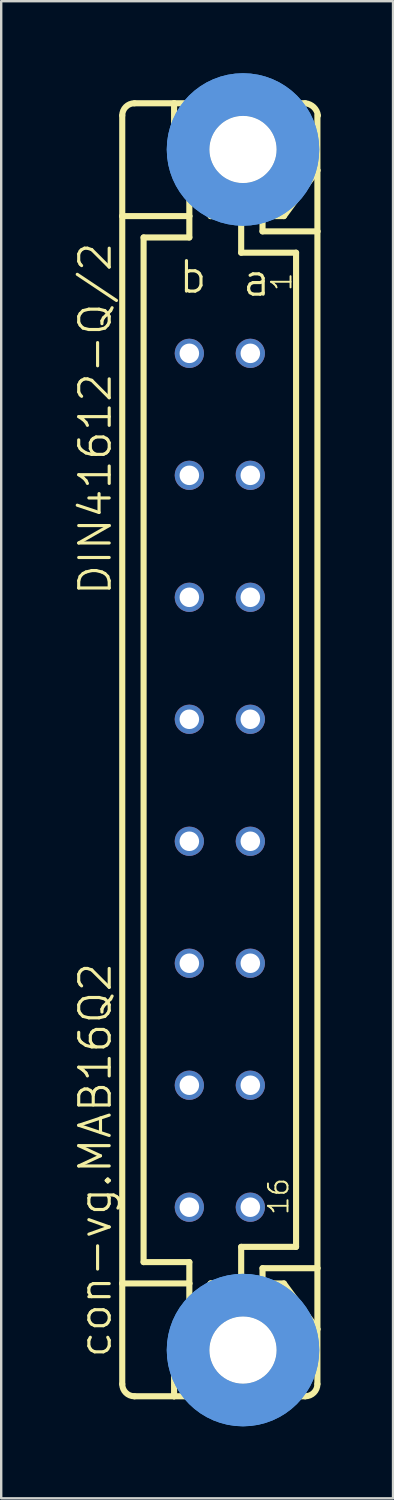
<source format=kicad_pcb>
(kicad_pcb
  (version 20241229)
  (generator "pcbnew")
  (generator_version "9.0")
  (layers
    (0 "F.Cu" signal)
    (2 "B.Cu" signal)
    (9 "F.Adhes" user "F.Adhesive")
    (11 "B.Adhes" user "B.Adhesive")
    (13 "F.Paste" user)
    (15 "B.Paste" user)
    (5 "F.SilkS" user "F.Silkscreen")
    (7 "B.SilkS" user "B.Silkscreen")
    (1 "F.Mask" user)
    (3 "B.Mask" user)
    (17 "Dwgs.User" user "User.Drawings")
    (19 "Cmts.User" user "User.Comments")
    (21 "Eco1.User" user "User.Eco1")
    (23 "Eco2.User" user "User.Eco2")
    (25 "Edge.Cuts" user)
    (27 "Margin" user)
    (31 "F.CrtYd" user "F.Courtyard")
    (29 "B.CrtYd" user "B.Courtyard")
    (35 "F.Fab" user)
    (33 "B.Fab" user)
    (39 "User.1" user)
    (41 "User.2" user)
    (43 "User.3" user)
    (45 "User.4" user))
  (footprint "con-vg.MAB16Q2"
    (layer "F.Cu")
    (at 6.105 28.175)
    (property "Reference" "con-vg.MAB16Q2" (at -4.445 25.4 90) (layer "F.SilkS") (effects (font (size 1.27 1.27) (thickness 0.13)) (justify left bottom)))
    (attr through_hole)
    (fp_line (start -4.064 -22.225) (end -4.064 -26.416) (stroke (width 0.254) (type default)) (layer "F.SilkS"))
    (fp_line (start -4.064 -22.225) (end -4.064 22.225) (stroke (width 0.254) (type default)) (layer "F.SilkS"))
    (fp_line (start -4.064 22.225) (end -4.064 26.416) (stroke (width 0.254) (type default)) (layer "F.SilkS"))
    (fp_line (start -3.556 26.924) (end -1.905 26.924) (stroke (width 0.254) (type default)) (layer "F.SilkS"))
    (fp_line (start -3.175 21.336) (end -3.175 -21.336) (stroke (width 0.254) (type default)) (layer "F.SilkS"))
    (fp_line (start -1.905 -26.924) (end -3.556 -26.924) (stroke (width 0.254) (type default)) (layer "F.SilkS"))
    (fp_line (start -1.905 -26.924) (end -1.905 -24.13) (stroke (width 0.254) (type default)) (layer "F.SilkS"))
    (fp_line (start -1.905 26.924) (end -1.905 24.13) (stroke (width 0.254) (type default)) (layer "F.SilkS"))
    (fp_line (start -1.905 26.924) (end 3.556 26.924) (stroke (width 0.254) (type default)) (layer "F.SilkS"))
    (fp_line (start -1.27 -22.225) (end -4.064 -22.225) (stroke (width 0.254) (type default)) (layer "F.SilkS"))
    (fp_line (start -1.27 -22.225) (end -1.27 -23.368) (stroke (width 0.254) (type default)) (layer "F.SilkS"))
    (fp_line (start -1.27 -22.225) (end -1.27 -21.336) (stroke (width 0.254) (type default)) (layer "F.SilkS"))
    (fp_line (start -1.27 -21.336) (end -3.175 -21.336) (stroke (width 0.254) (type default)) (layer "F.SilkS"))
    (fp_line (start -1.27 21.336) (end -3.175 21.336) (stroke (width 0.254) (type default)) (layer "F.SilkS"))
    (fp_line (start -1.27 22.225) (end -4.064 22.225) (stroke (width 0.254) (type default)) (layer "F.SilkS"))
    (fp_line (start -1.27 22.225) (end -1.27 21.336) (stroke (width 0.254) (type default)) (layer "F.SilkS"))
    (fp_line (start -1.27 22.225) (end -1.27 23.368) (stroke (width 0.254) (type default)) (layer "F.SilkS"))
    (fp_line (start -0.381 -22.225) (end -1.905 -24.13) (stroke (width 0.254) (type default)) (layer "F.SilkS"))
    (fp_line (start -0.381 -22.225) (end 0.889 -22.225) (stroke (width 0.254) (type default)) (layer "F.SilkS"))
    (fp_line (start -0.381 22.225) (end -1.905 24.13) (stroke (width 0.254) (type default)) (layer "F.SilkS"))
    (fp_line (start -0.381 22.225) (end 0.889 22.225) (stroke (width 0.254) (type default)) (layer "F.SilkS"))
    (fp_line (start 0.889 -22.225) (end 1.778 -22.225) (stroke (width 0.254) (type default)) (layer "F.SilkS"))
    (fp_line (start 0.889 -20.701) (end 0.889 -22.225) (stroke (width 0.254) (type default)) (layer "F.SilkS"))
    (fp_line (start 0.889 22.225) (end 0.889 20.701) (stroke (width 0.254) (type default)) (layer "F.SilkS"))
    (fp_line (start 0.889 22.225) (end 1.778 22.225) (stroke (width 0.254) (type default)) (layer "F.SilkS"))
    (fp_line (start 1.778 -22.225) (end 1.778 -21.59) (stroke (width 0.254) (type default)) (layer "F.SilkS"))
    (fp_line (start 1.778 -22.225) (end 2.667 -22.225) (stroke (width 0.254) (type default)) (layer "F.SilkS"))
    (fp_line (start 1.778 -21.59) (end 4.064 -21.59) (stroke (width 0.254) (type default)) (layer "F.SilkS"))
    (fp_line (start 1.778 21.59) (end 4.064 21.59) (stroke (width 0.254) (type default)) (layer "F.SilkS"))
    (fp_line (start 1.778 22.225) (end 1.778 21.59) (stroke (width 0.254) (type default)) (layer "F.SilkS"))
    (fp_line (start 1.778 22.225) (end 2.667 22.225) (stroke (width 0.254) (type default)) (layer "F.SilkS"))
    (fp_line (start 2.667 -22.225) (end 4.064 -24.13) (stroke (width 0.254) (type default)) (layer "F.SilkS"))
    (fp_line (start 2.667 22.225) (end 4.064 24.13) (stroke (width 0.254) (type default)) (layer "F.SilkS"))
    (fp_line (start 3.175 -20.701) (end 0.889 -20.701) (stroke (width 0.254) (type default)) (layer "F.SilkS"))
    (fp_line (start 3.175 20.701) (end 0.889 20.701) (stroke (width 0.254) (type default)) (layer "F.SilkS"))
    (fp_line (start 3.175 20.701) (end 3.175 -20.701) (stroke (width 0.254) (type default)) (layer "F.SilkS"))
    (fp_line (start 3.556 -26.924) (end -1.905 -26.924) (stroke (width 0.254) (type default)) (layer "F.SilkS"))
    (fp_line (start 4.064 -24.13) (end 4.064 -26.416) (stroke (width 0.254) (type default)) (layer "F.SilkS"))
    (fp_line (start 4.064 -24.13) (end 4.064 -21.59) (stroke (width 0.254) (type default)) (layer "F.SilkS"))
    (fp_line (start 4.064 -21.59) (end 4.064 21.59) (stroke (width 0.254) (type default)) (layer "F.SilkS"))
    (fp_line (start 4.064 21.59) (end 4.064 24.13) (stroke (width 0.254) (type default)) (layer "F.SilkS"))
    (fp_line (start 4.064 24.13) (end 4.064 26.416) (stroke (width 0.254) (type default)) (layer "F.SilkS"))
    (fp_arc (start -4.064 -26.416) (mid -3.91521 -26.77521) (end -3.556 -26.924) (stroke (width 0.254) (type default)) (layer "F.SilkS"))
    (fp_arc (start -3.556 26.924) (mid -3.91521 26.77521) (end -4.064 26.416) (stroke (width 0.254) (type default)) (layer "F.SilkS"))
    (fp_arc (start 3.556 -26.924) (mid 3.909437 -26.764315) (end 4.086 -26.419) (stroke (width 0.254) (type default)) (layer "F.SilkS"))
    (fp_arc (start 4.064 26.416) (mid 3.91521 26.77521) (end 3.556 26.924) (stroke (width 0.254) (type default)) (layer "F.SilkS"))
    (fp_circle (center 0.965 -25) (end 2.235 -25) (stroke (width 0.254) (type default)) (fill no) (layer "F.SilkS"))
    (fp_circle (center 0.965 25) (end 2.235 25) (stroke (width 0.254) (type default)) (fill no) (layer "F.SilkS"))
    (fp_circle (center 0.965 -25) (end 3.251 -25) (stroke (width 1.778) (type default)) (fill no) (layer "Cmts.User"))
    (fp_circle (center 0.965 -25) (end 3.251 -25) (stroke (width 1.778) (type default)) (fill no) (layer "Cmts.User"))
    (fp_circle (center 0.965 25) (end 3.251 25) (stroke (width 1.778) (type default)) (fill no) (layer "Cmts.User"))
    (fp_circle (center 0.965 25) (end 3.251 25) (stroke (width 1.778) (type default)) (fill no) (layer "Cmts.User"))
    (fp_text user "DIN41612-Q/2" (at -4.445 -6.35 90) (layer "F.SilkS") (effects (font (size 1.27 1.27) (thickness 0.13)) (justify left bottom)))
    (fp_text user "1" (at 3.048 -19.05 90) (layer "F.SilkS") (effects (font (size 0.813 0.813) (thickness 0.08)) (justify left bottom)))
    (fp_text user "a" (at 0.873 -18.812 0) (layer "F.SilkS") (effects (font (size 1.27 1.27) (thickness 0.13)) (justify left bottom)))
    (fp_text user "b" (at -1.778 -18.939 0) (layer "F.SilkS") (effects (font (size 1.27 1.27) (thickness 0.13)) (justify left bottom)))
    (fp_text user "16" (at 2.921 19.431 90) (layer "F.SilkS") (effects (font (size 0.813 0.813) (thickness 0.08)) (justify left bottom)))
    (pad "" np_thru_hole circle (at 0.965 -25) (size 2.794 2.794) (drill 2.794) (layers "*.Cu" "*.Mask"))
    (pad "" np_thru_hole circle (at 0.965 25) (size 2.794 2.794) (drill 2.794) (layers "*.Cu" "*.Mask"))
    (pad "A2" thru_hole circle (at 1.27 -16.51) (size 1.219 1.219) (drill 0.813) (layers "*.Cu" "*.Mask"))
    (pad "A4" thru_hole circle (at 1.27 -11.43) (size 1.219 1.219) (drill 0.813) (layers "*.Cu" "*.Mask"))
    (pad "A6" thru_hole circle (at 1.27 -6.35) (size 1.219 1.219) (drill 0.813) (layers "*.Cu" "*.Mask"))
    (pad "A8" thru_hole circle (at 1.27 -1.27) (size 1.219 1.219) (drill 0.813) (layers "*.Cu" "*.Mask"))
    (pad "A10" thru_hole circle (at 1.27 3.81) (size 1.219 1.219) (drill 0.813) (layers "*.Cu" "*.Mask"))
    (pad "A12" thru_hole circle (at 1.27 8.89) (size 1.219 1.219) (drill 0.813) (layers "*.Cu" "*.Mask"))
    (pad "A14" thru_hole circle (at 1.27 13.97) (size 1.219 1.219) (drill 0.813) (layers "*.Cu" "*.Mask"))
    (pad "A16" thru_hole circle (at 1.27 19.05) (size 1.219 1.219) (drill 0.813) (layers "*.Cu" "*.Mask"))
    (pad "B2" thru_hole circle (at -1.27 -16.51) (size 1.219 1.219) (drill 0.813) (layers "*.Cu" "*.Mask"))
    (pad "B4" thru_hole circle (at -1.27 -11.43) (size 1.219 1.219) (drill 0.813) (layers "*.Cu" "*.Mask"))
    (pad "B6" thru_hole circle (at -1.27 -6.35) (size 1.219 1.219) (drill 0.813) (layers "*.Cu" "*.Mask"))
    (pad "B8" thru_hole circle (at -1.27 -1.27) (size 1.219 1.219) (drill 0.813) (layers "*.Cu" "*.Mask"))
    (pad "B10" thru_hole circle (at -1.27 3.81) (size 1.219 1.219) (drill 0.813) (layers "*.Cu" "*.Mask"))
    (pad "B12" thru_hole circle (at -1.27 8.89) (size 1.219 1.219) (drill 0.813) (layers "*.Cu" "*.Mask"))
    (pad "B14" thru_hole circle (at -1.27 13.97) (size 1.219 1.219) (drill 0.813) (layers "*.Cu" "*.Mask"))
    (pad "B16" thru_hole circle (at -1.27 19.05) (size 1.219 1.219) (drill 0.813) (layers "*.Cu" "*.Mask")))
  (gr_rect
    (start -3 -3)
    (end 13.318 59.35)
    (stroke (width 0.1) (type default))
    (fill no)
    (layer "Edge.Cuts")))
</source>
